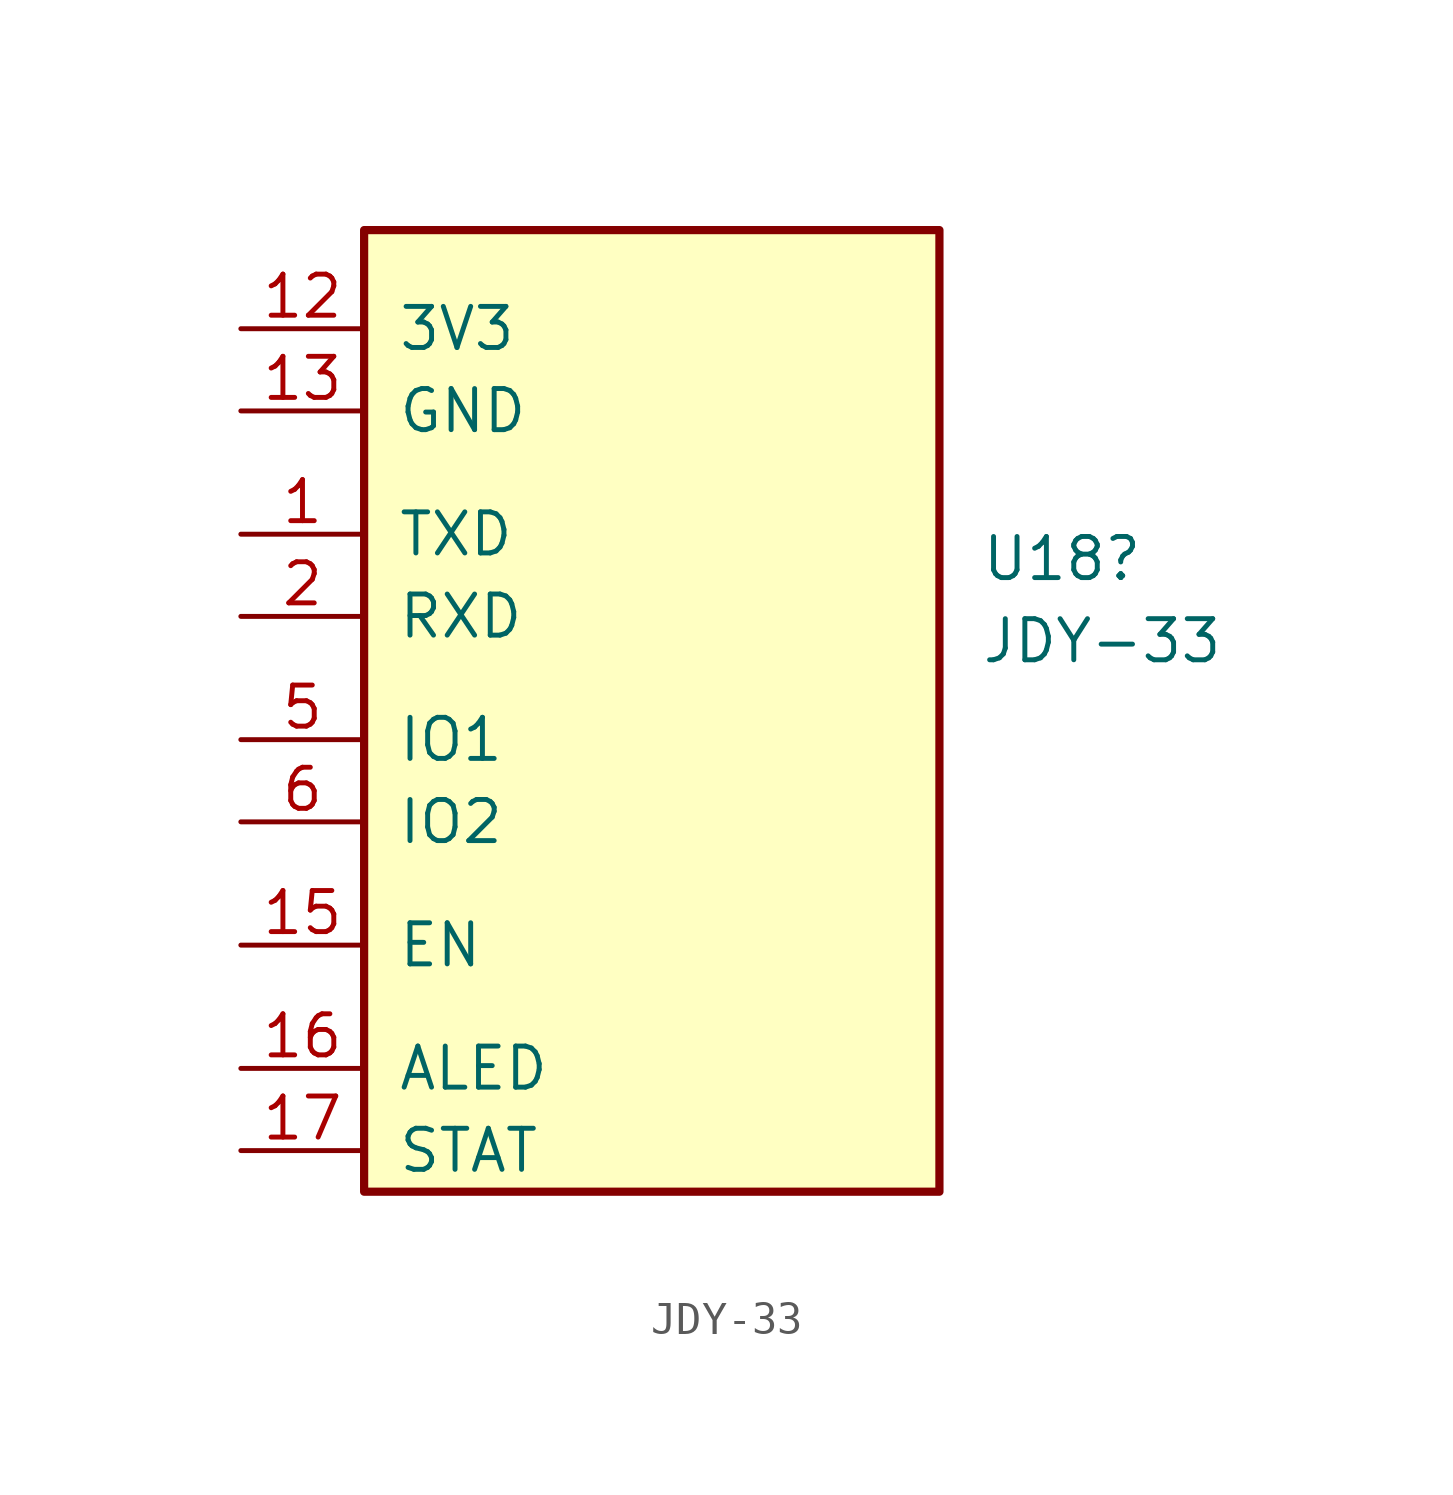
<source format=kicad_sym>
(kicad_symbol_lib
  (version 20220914)
  (generator kicad_symbol_editor)
  (symbol "JDY-33"
    (pin_names
      (offset 1.016))
    (property "Reference" "U18"
      (at 19.05 1.778 0)
      (effects (font (size 1.27 1.27)) (justify left)))
    (property "Value" "JDY-33"
      (at 19.05 -0.762 0)
      (effects (font (size 1.27 1.27)) (justify left)))
    (symbol "JDY-33_0_1"
      (rectangle (start 0 11.938) (end 17.78 -17.78) (stroke (width 0.254) (type default)) (fill (type background))))
    (symbol "JDY-33_1_1"
      (pin output line (at -3.81 2.54 0) (length 3.81) (name "TXD" (effects (font (size 1.27 1.27)))) (number "1" (effects (font (size 1.27 1.27)))))
      (pin power_in line (at -3.81 8.89 0) (length 3.81) (name "3V3" (effects (font (size 1.27 1.27)))) (number "12" (effects (font (size 1.27 1.27)))))
      (pin power_in line (at -3.81 6.35 0) (length 3.81) (name "GND" (effects (font (size 1.27 1.27)))) (number "13" (effects (font (size 1.27 1.27)))))
      (pin output line (at -3.81 -10.16 0) (length 3.81) (name "EN" (effects (font (size 1.27 1.27)))) (number "15" (effects (font (size 1.27 1.27)))))
      (pin output line (at -3.81 -13.97 0) (length 3.81) (name "ALED" (effects (font (size 1.27 1.27)))) (number "16" (effects (font (size 1.27 1.27)))))
      (pin output line (at -3.81 -16.51 0) (length 3.81) (name "STAT" (effects (font (size 1.27 1.27)))) (number "17" (effects (font (size 1.27 1.27)))))
      (pin input line (at -3.81 0 0) (length 3.81) (name "RXD" (effects (font (size 1.27 1.27)))) (number "2" (effects (font (size 1.27 1.27)))))
      (pin passive line (at -3.81 -3.81 0) (length 3.81) (name "IO1" (effects (font (size 1.27 1.27)))) (number "5" (effects (font (size 1.27 1.27)))))
      (pin passive line (at -3.81 -6.35 0) (length 3.81) (name "IO2" (effects (font (size 1.27 1.27)))) (number "6" (effects (font (size 1.27 1.27))))))))
</source>
